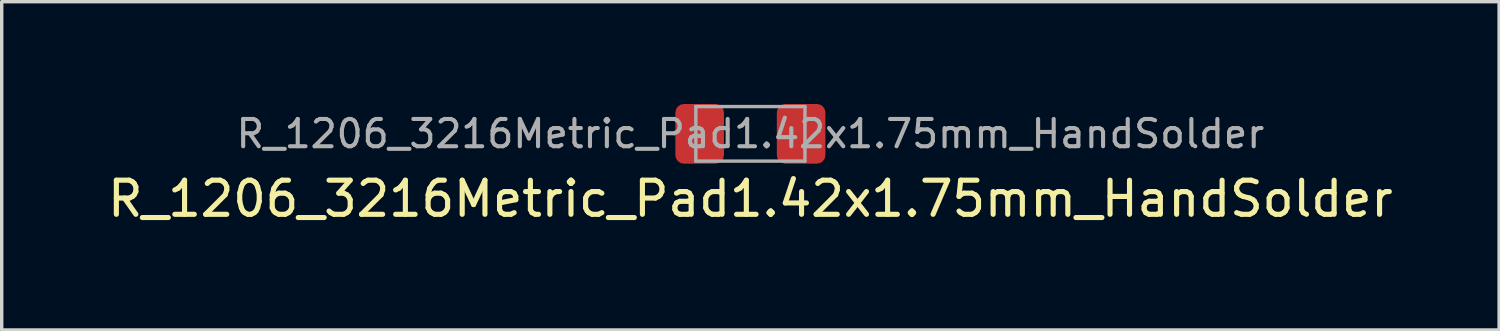
<source format=kicad_pcb>
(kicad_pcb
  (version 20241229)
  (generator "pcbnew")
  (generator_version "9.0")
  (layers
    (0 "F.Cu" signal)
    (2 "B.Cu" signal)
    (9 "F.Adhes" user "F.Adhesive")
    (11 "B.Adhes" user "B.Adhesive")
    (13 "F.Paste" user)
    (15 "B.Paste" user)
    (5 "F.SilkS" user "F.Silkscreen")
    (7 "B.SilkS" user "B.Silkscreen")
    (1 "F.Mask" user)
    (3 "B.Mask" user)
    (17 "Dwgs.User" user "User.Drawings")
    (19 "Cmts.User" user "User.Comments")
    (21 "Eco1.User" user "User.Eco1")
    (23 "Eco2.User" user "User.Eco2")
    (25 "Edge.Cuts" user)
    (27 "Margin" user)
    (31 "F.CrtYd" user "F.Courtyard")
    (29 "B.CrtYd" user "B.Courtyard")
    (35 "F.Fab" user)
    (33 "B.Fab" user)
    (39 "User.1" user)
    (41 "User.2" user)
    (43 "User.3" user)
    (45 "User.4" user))
  (footprint "R_1206_3216Metric_Pad1.42x1.75mm_HandSolder"
    (layer "F.Cu")
    (at 18.958 0.875)
    (property "Reference" "R_1206_3216Metric_Pad1.42x1.75mm_HandSolder" (at 0 1.905 0) (layer "F.SilkS") (effects (font (size 1 1) (thickness 0.15))))
    (attr smd)
    (fp_line (start -1.6 -0.8) (end 1.6 -0.8) (stroke (width 0.1) (type solid)) (layer "F.Fab"))
    (fp_line (start -1.6 0.8) (end -1.6 -0.8) (stroke (width 0.1) (type solid)) (layer "F.Fab"))
    (fp_line (start 1.6 -0.8) (end 1.6 0.8) (stroke (width 0.1) (type solid)) (layer "F.Fab"))
    (fp_line (start 1.6 0.8) (end -1.6 0.8) (stroke (width 0.1) (type solid)) (layer "F.Fab"))
    (fp_text user "${REFERENCE}" (at 0 0 0) (layer "F.Fab") (effects (font (size 0.8 0.8) (thickness 0.12))))
    (pad "1" smd roundrect (at -1.488 0) (size 1.425 1.75) (layers "F.Cu" "F.Mask" "F.Paste") (roundrect_rratio 0.175))
    (pad "2" smd roundrect (at 1.488 0) (size 1.425 1.75) (layers "F.Cu" "F.Mask" "F.Paste") (roundrect_rratio 0.175)))
  (gr_rect
    (start -3 -3)
    (end 40.917 6.628)
    (stroke (width 0.1) (type default))
    (fill no)
    (layer "Edge.Cuts")))
</source>
